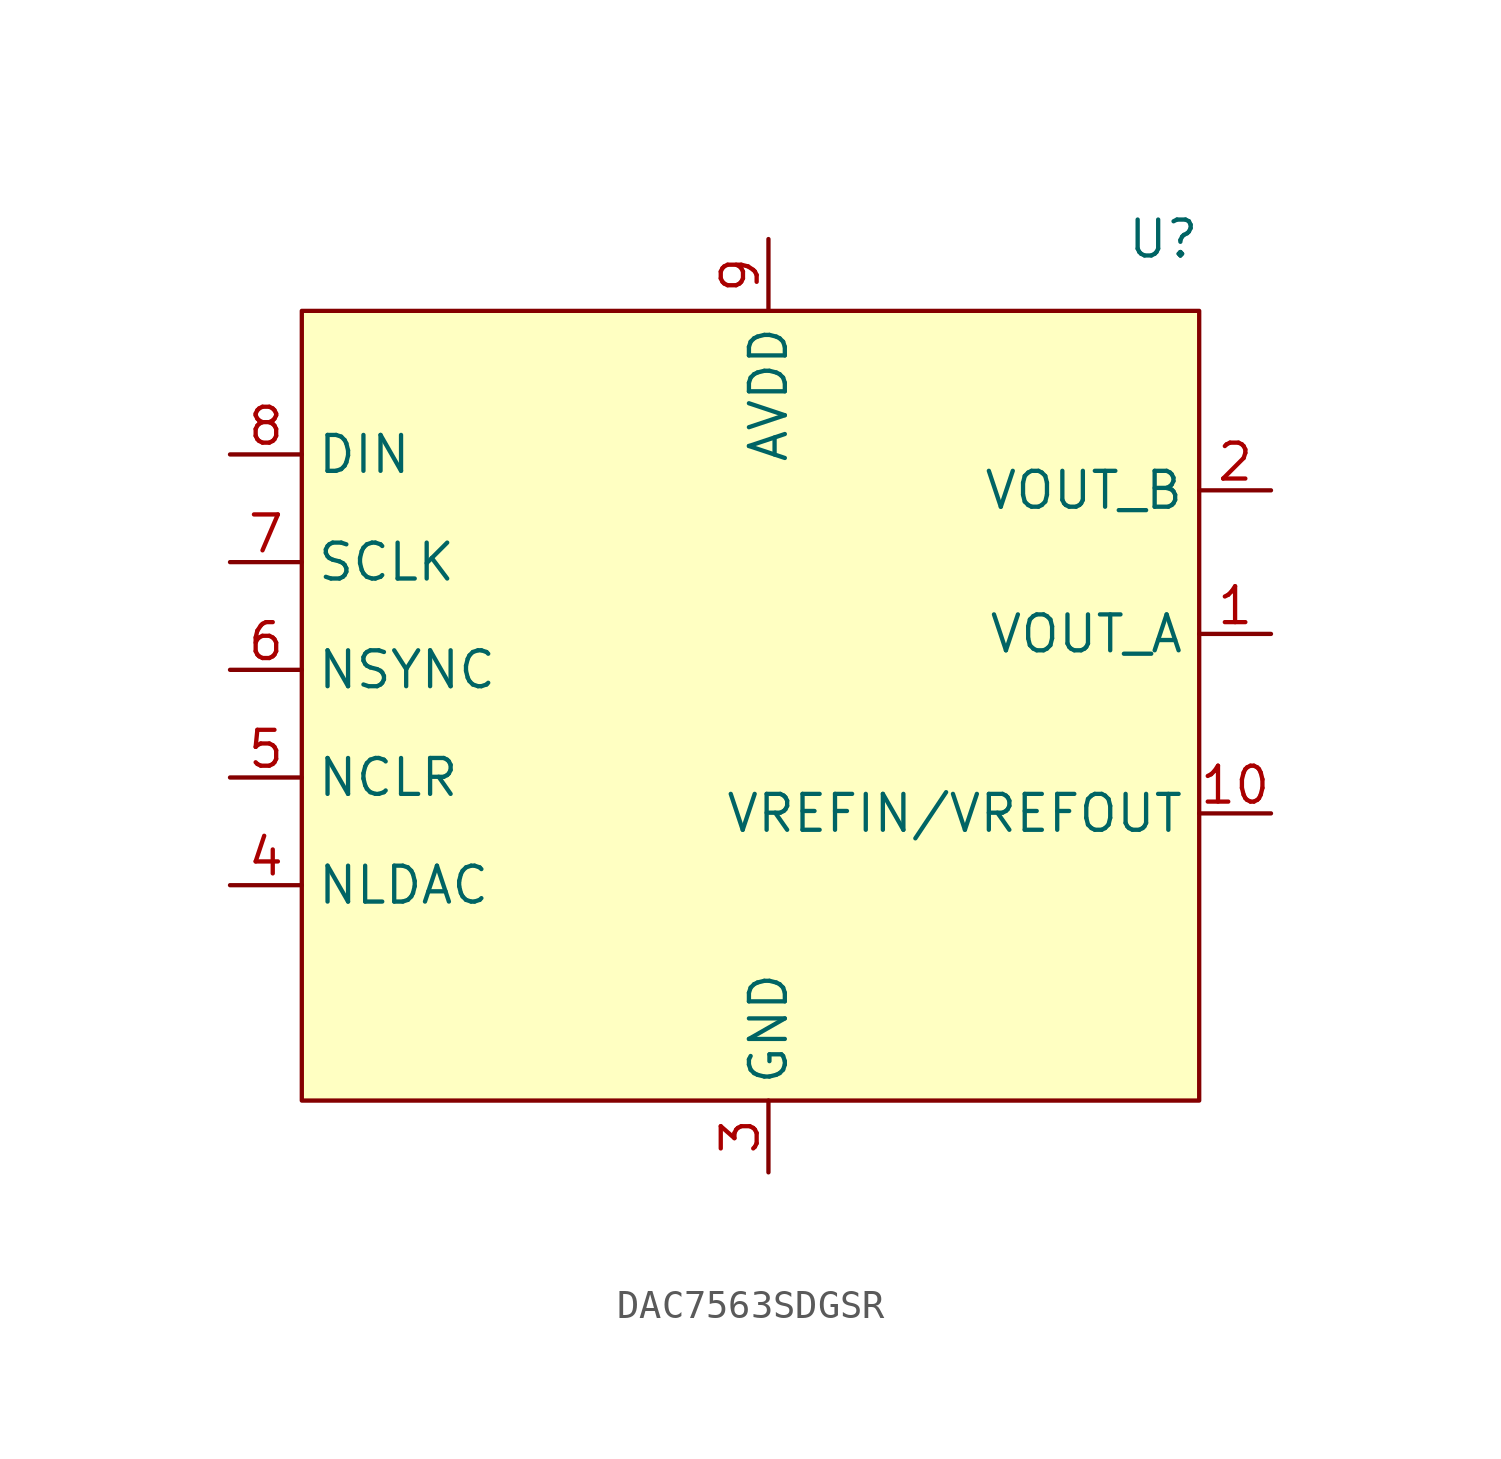
<source format=kicad_sym>
(kicad_symbol_lib
  (version 20241209)
  (generator "kicad_symbol_editor")
  (generator_version "9.0")
  (symbol "DAC7563SDGSR"
    (property "Reference" "U"
      (at 20.32 24.13 0)
      (effects (font (size 1.27 1.27))))
    (property "Value" ""
      (at 0 0 0)
      (effects (font (size 1.27 1.27))))
    (symbol "DAC7563SDGSR_0_0"
      (pin input line (at -12.7 16.51 0) (length 2.54) (name "DIN" (effects (font (size 1.27 1.27)))) (number "8" (effects (font (size 1.27 1.27)))))
      (pin input line (at -12.7 12.7 0) (length 2.54) (name "SCLK" (effects (font (size 1.27 1.27)))) (number "7" (effects (font (size 1.27 1.27)))))
      (pin input line (at -12.7 8.89 0) (length 2.54) (name "NSYNC" (effects (font (size 1.27 1.27)))) (number "6" (effects (font (size 1.27 1.27)))))
      (pin input line (at -12.7 5.08 0) (length 2.54) (name "NCLR" (effects (font (size 1.27 1.27)))) (number "5" (effects (font (size 1.27 1.27)))))
      (pin input line (at -12.7 1.27 0) (length 2.54) (name "NLDAC" (effects (font (size 1.27 1.27)))) (number "4" (effects (font (size 1.27 1.27)))))
      (pin input line (at 6.35 24.13 270) (length 2.54) (name "AVDD" (effects (font (size 1.27 1.27)))) (number "9" (effects (font (size 1.27 1.27)))))
      (pin input line (at 6.35 -8.89 90) (length 2.54) (name "GND" (effects (font (size 1.27 1.27)))) (number "3" (effects (font (size 1.27 1.27)))))
      (pin output line (at 24.13 15.24 180) (length 2.54) (name "VOUT_B" (effects (font (size 1.27 1.27)))) (number "2" (effects (font (size 1.27 1.27)))))
      (pin output line (at 24.13 10.16 180) (length 2.54) (name "VOUT_A" (effects (font (size 1.27 1.27)))) (number "1" (effects (font (size 1.27 1.27)))))
      (pin bidirectional line (at 24.13 3.81 180) (length 2.54) (name "VREFIN/VREFOUT" (effects (font (size 1.27 1.27)))) (number "10" (effects (font (size 1.27 1.27))))))
    (symbol "DAC7563SDGSR_1_1"
      (rectangle (start -10.16 21.59) (end 21.59 -6.35) (stroke (width 0) (type solid)) (fill (type background))))))
</source>
